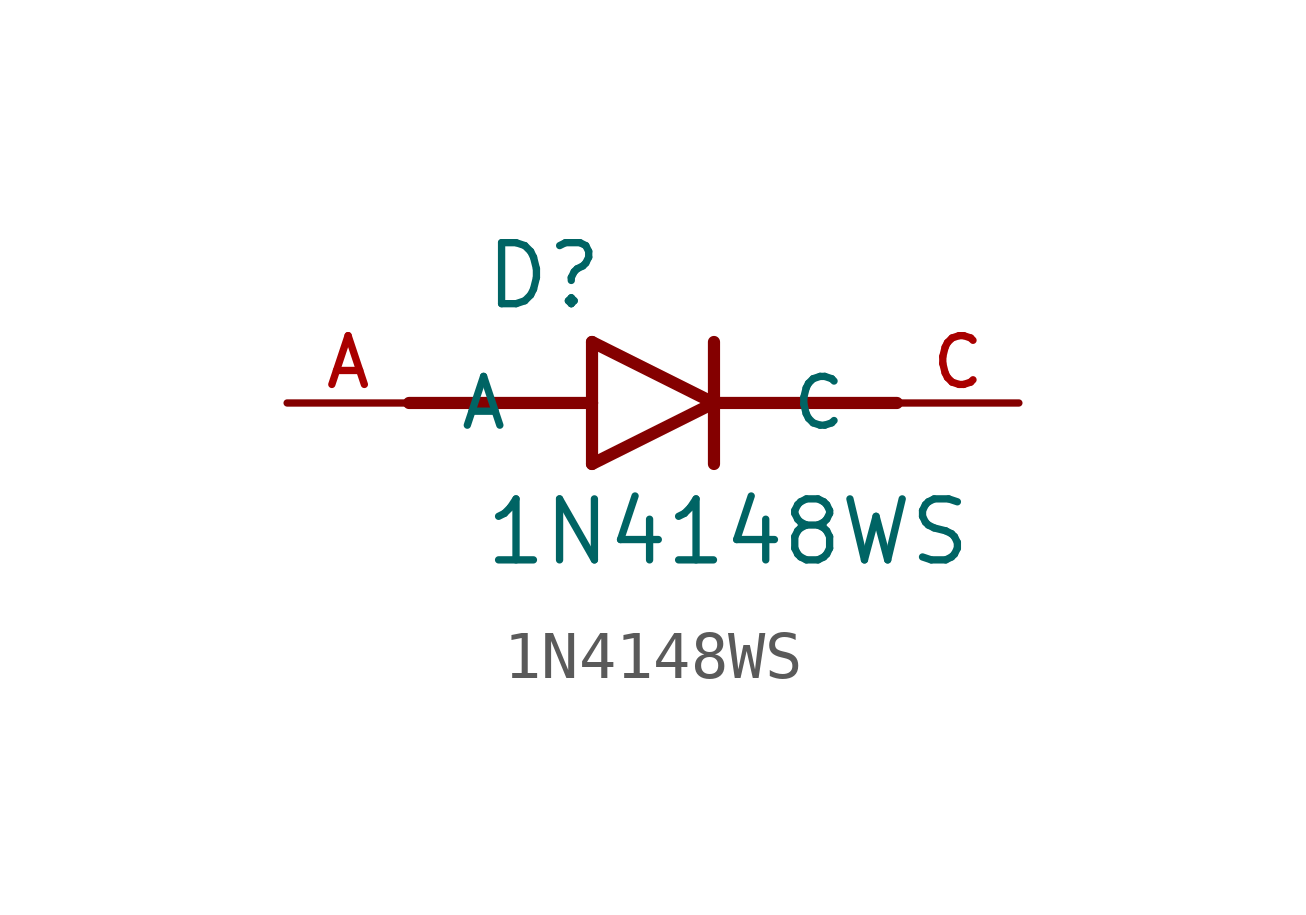
<source format=kicad_sym>
(kicad_symbol_lib
  (version 20211014)
  (generator kicad_symbol_editor)
  (symbol "1N4148WS"
    (pin_names
      (offset 1.016))
    (property "Reference" "D"
      (at -3.556 1.905 0)
      (effects (font (size 1.27 1.27)) (justify bottom left)))
    (property "Value" "1N4148WS"
      (at -3.558 -3.431 0)
      (effects (font (size 1.27 1.27)) (justify bottom left)))
    (symbol "1N4148WS_0_0"
      (polyline (pts (xy -1.27 -1.27) (xy 1.27 0.0)) (stroke (width 0.254)))
      (polyline (pts (xy 1.27 0.0) (xy -1.27 1.27)) (stroke (width 0.254)))
      (polyline (pts (xy 1.27 1.27) (xy 1.27 0.0)) (stroke (width 0.254)))
      (polyline (pts (xy -1.27 1.27) (xy -1.27 0.0)) (stroke (width 0.254)))
      (polyline (pts (xy -1.27 0.0) (xy -1.27 -1.27)) (stroke (width 0.254)))
      (polyline (pts (xy 1.27 0.0) (xy 1.27 -1.27)) (stroke (width 0.254)))
      (polyline (pts (xy -5.08 0.0) (xy -1.27 0.0)) (stroke (width 0.254)))
      (polyline (pts (xy 1.27 0.0) (xy 5.08 0.0)) (stroke (width 0.254)))
      (pin passive line (at -7.62 0.0 0) (length 2.54) (name "A" (effects (font (size 1.016 1.016)))) (number "A" (effects (font (size 1.016 1.016)))))
      (pin passive line (at 7.62 0.0 180.0) (length 2.54) (name "C" (effects (font (size 1.016 1.016)))) (number "C" (effects (font (size 1.016 1.016))))))))
</source>
